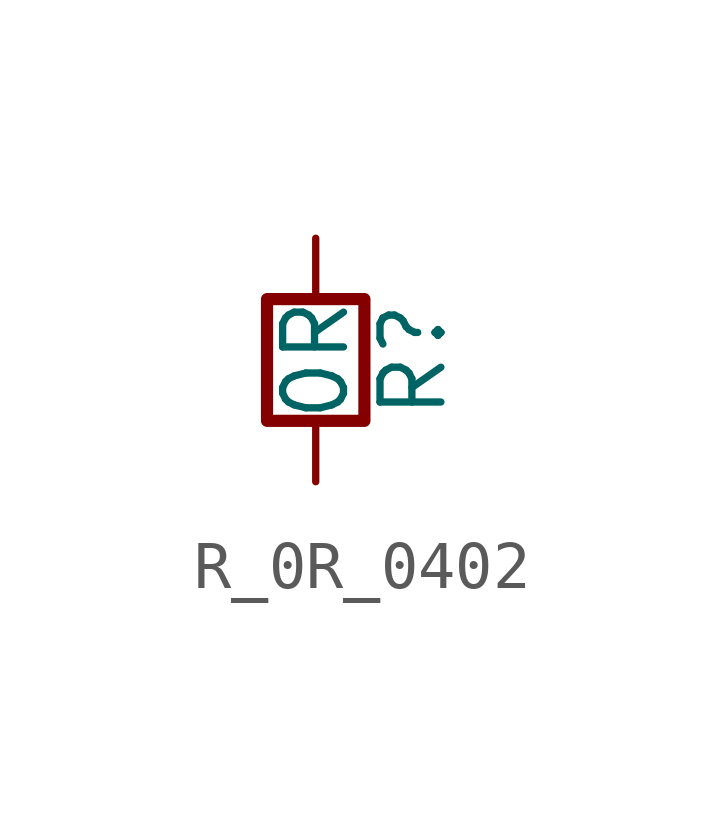
<source format=kicad_sym>
(kicad_symbol_lib
  (version 20241209)
  (generator "kicad_symbol_editor")
  (generator_version "9.0")
  (symbol "R_0R_0402"
    (pin_numbers
      (hide yes))
    (pin_names
      (offset 0))
    (property "Reference" "R"
      (at 2.032 0 90)
      (effects (font (size 1.27 1.27))))
    (property "Value" "0R"
      (at 0 0 90)
      (effects (font (size 1.27 1.27))))
    (symbol "R_0R_0402_0_1"
      (rectangle (start -1.016 1.27) (end 1.016 -1.27) (stroke (width 0.254) (type default)) (fill (type none))))
    (symbol "R_0R_0402_1_1"
      (pin passive line (at 0 2.54 270) (length 1.27) (name "~" (effects (font (size 1.27 1.27)))) (number "1" (effects (font (size 1.27 1.27)))))
      (pin passive line (at 0 -2.54 90) (length 1.27) (name "~" (effects (font (size 1.27 1.27)))) (number "2" (effects (font (size 1.27 1.27))))))))
</source>
